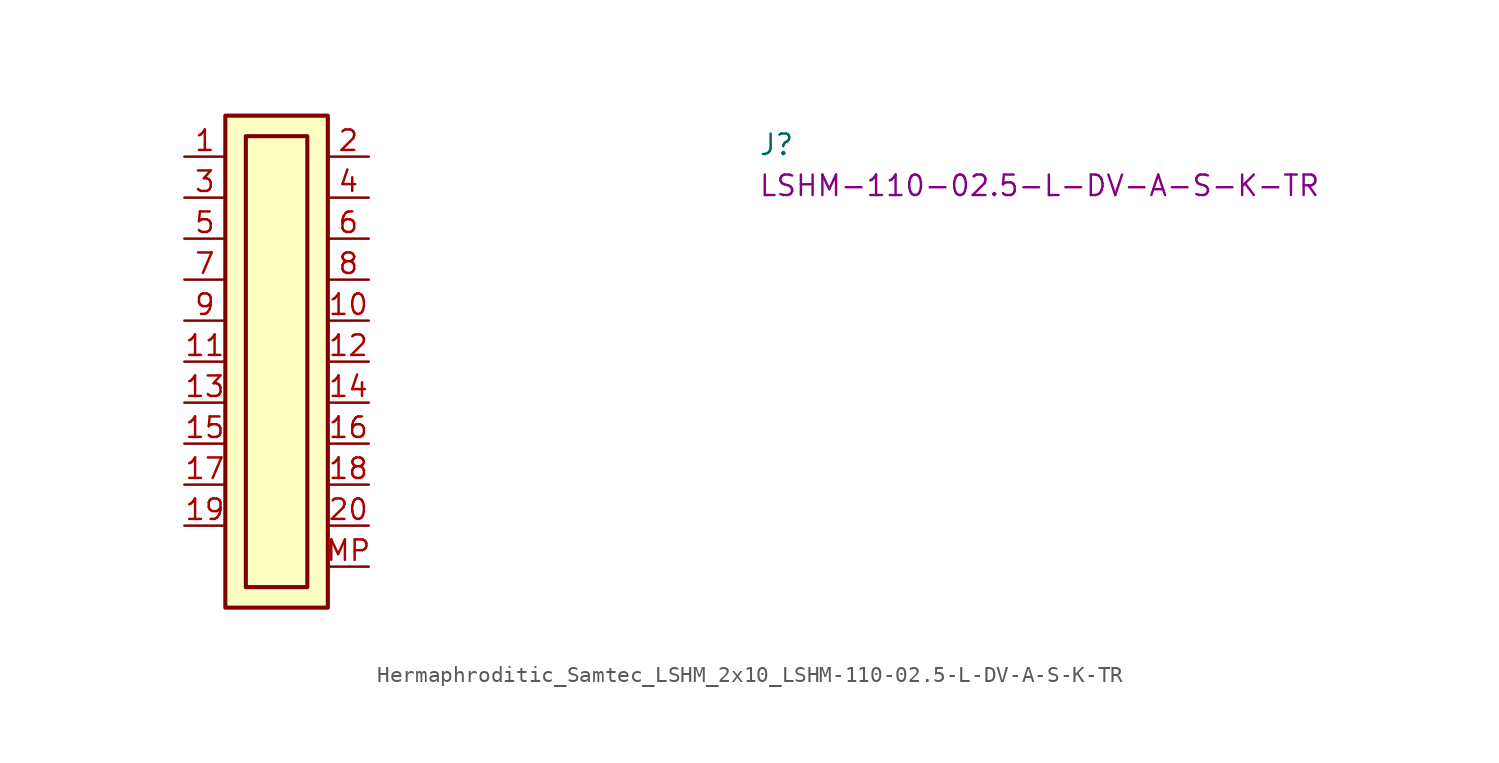
<source format=kicad_sym>
(kicad_symbol_lib
  (version 20220914)
  (generator kicad_symbol_editor)
  (symbol "Hermaphroditic_Samtec_LSHM_2x10_LSHM-110-02.5-L-DV-A-S-K-TR"
    (property "Reference" "J"
      (at 35.56 0 0)
      (effects (font (size 1.27 1.27) (thickness 0.15)) (justify left bottom)))
    (property "MPN" "LSHM-110-02.5-L-DV-A-S-K-TR"
      (at 35.56 -2.54 0)
      (effects (font (size 1.27 1.27) (thickness 0.15)) (justify left bottom)))
    (symbol "Hermaphroditic_Samtec_LSHM_2x10_LSHM-110-02.5-L-DV-A-S-K-TR_1_1"
      (rectangle (start 2.54 2.54) (end 8.89 -27.94) (stroke (width 0.254) (type default)) (fill (type background)))
      (rectangle (start 3.81 1.27) (end 7.62 -26.67) (stroke (width 0.254) (type default)) (fill (type background)))
      (pin passive line (at 0 0 0) (length 2.54) (name "~" (effects (font (size 1.27 1.27)))) (number "1" (effects (font (size 1.27 1.27)))))
      (pin passive line (at 11.43 -10.16 180) (length 2.54) (name "~" (effects (font (size 1.27 1.27)))) (number "10" (effects (font (size 1.27 1.27)))))
      (pin passive line (at 0 -12.7 0) (length 2.54) (name "~" (effects (font (size 1.27 1.27)))) (number "11" (effects (font (size 1.27 1.27)))))
      (pin passive line (at 11.43 -12.7 180) (length 2.54) (name "~" (effects (font (size 1.27 1.27)))) (number "12" (effects (font (size 1.27 1.27)))))
      (pin passive line (at 0 -15.24 0) (length 2.54) (name "~" (effects (font (size 1.27 1.27)))) (number "13" (effects (font (size 1.27 1.27)))))
      (pin passive line (at 11.43 -15.24 180) (length 2.54) (name "~" (effects (font (size 1.27 1.27)))) (number "14" (effects (font (size 1.27 1.27)))))
      (pin passive line (at 0 -17.78 0) (length 2.54) (name "~" (effects (font (size 1.27 1.27)))) (number "15" (effects (font (size 1.27 1.27)))))
      (pin passive line (at 11.43 -17.78 180) (length 2.54) (name "~" (effects (font (size 1.27 1.27)))) (number "16" (effects (font (size 1.27 1.27)))))
      (pin passive line (at 0 -20.32 0) (length 2.54) (name "~" (effects (font (size 1.27 1.27)))) (number "17" (effects (font (size 1.27 1.27)))))
      (pin passive line (at 11.43 -20.32 180) (length 2.54) (name "~" (effects (font (size 1.27 1.27)))) (number "18" (effects (font (size 1.27 1.27)))))
      (pin passive line (at 0 -22.86 0) (length 2.54) (name "~" (effects (font (size 1.27 1.27)))) (number "19" (effects (font (size 1.27 1.27)))))
      (pin passive line (at 11.43 0 180) (length 2.54) (name "~" (effects (font (size 1.27 1.27)))) (number "2" (effects (font (size 1.27 1.27)))))
      (pin passive line (at 11.43 -22.86 180) (length 2.54) (name "~" (effects (font (size 1.27 1.27)))) (number "20" (effects (font (size 1.27 1.27)))))
      (pin passive line (at 0 -2.54 0) (length 2.54) (name "~" (effects (font (size 1.27 1.27)))) (number "3" (effects (font (size 1.27 1.27)))))
      (pin passive line (at 11.43 -2.54 180) (length 2.54) (name "~" (effects (font (size 1.27 1.27)))) (number "4" (effects (font (size 1.27 1.27)))))
      (pin passive line (at 0 -5.08 0) (length 2.54) (name "~" (effects (font (size 1.27 1.27)))) (number "5" (effects (font (size 1.27 1.27)))))
      (pin passive line (at 11.43 -5.08 180) (length 2.54) (name "~" (effects (font (size 1.27 1.27)))) (number "6" (effects (font (size 1.27 1.27)))))
      (pin passive line (at 0 -7.62 0) (length 2.54) (name "~" (effects (font (size 1.27 1.27)))) (number "7" (effects (font (size 1.27 1.27)))))
      (pin passive line (at 11.43 -7.62 180) (length 2.54) (name "~" (effects (font (size 1.27 1.27)))) (number "8" (effects (font (size 1.27 1.27)))))
      (pin passive line (at 0 -10.16 0) (length 2.54) (name "~" (effects (font (size 1.27 1.27)))) (number "9" (effects (font (size 1.27 1.27)))))
      (pin passive line (at 11.43 -25.4 180) (length 2.54) (name "~" (effects (font (size 1.27 1.27)))) (number "MP" (effects (font (size 1.27 1.27))))))))
</source>
